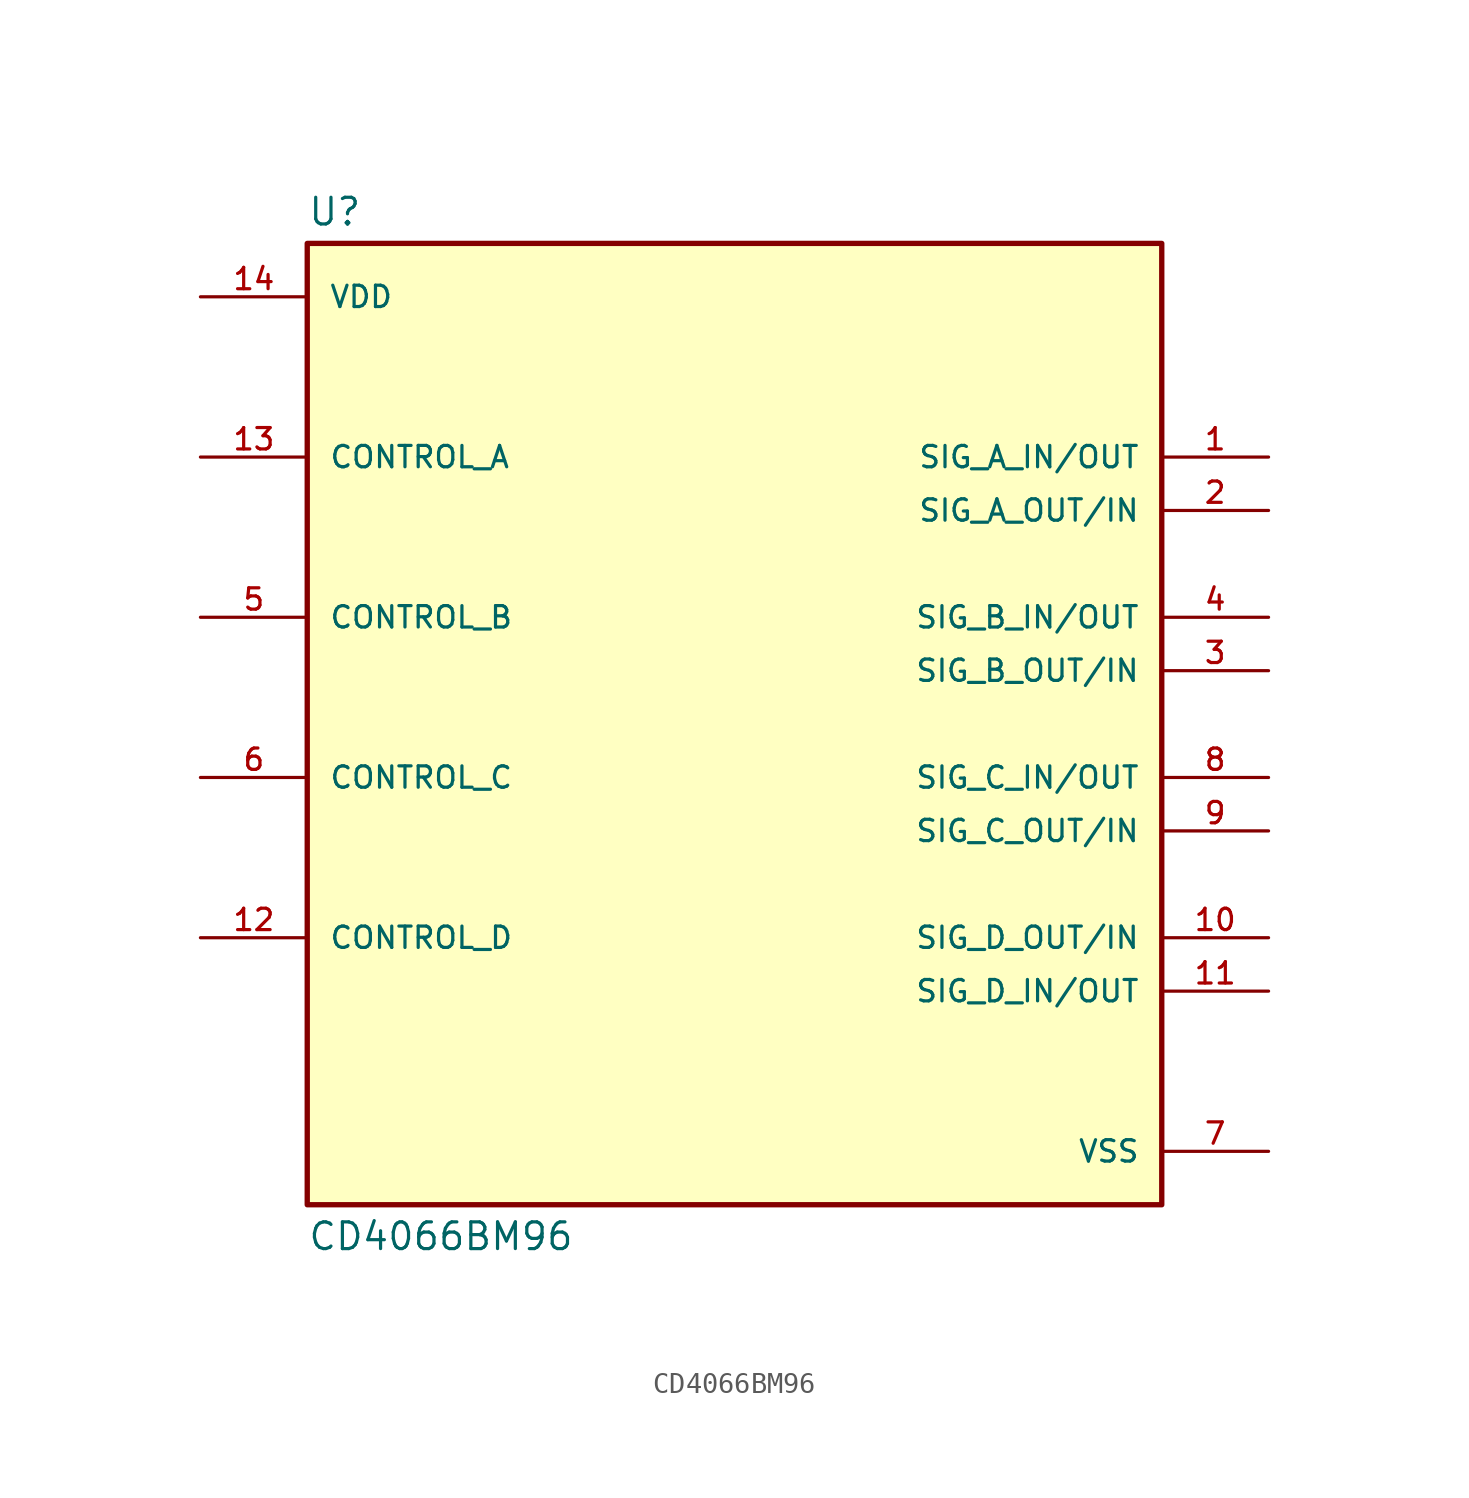
<source format=kicad_sym>
(kicad_symbol_lib
  (version 20241209)
  (generator "kicad_symbol_editor")
  (generator_version "9.0")
  (symbol "CD4066BM96"
    (pin_names
      (offset 1.016))
    (property "Reference" "U"
      (at -20.32 23.622 0)
      (effects (font (size 1.27 1.27)) (justify left bottom)))
    (property "Value" "CD4066BM96"
      (at -20.32 -23.622 0)
      (effects (font (size 1.27 1.27)) (justify left top)))
    (symbol "CD4066BM96_0_0"
      (rectangle (start -20.32 -22.86) (end 20.32 22.86) (stroke (width 0.254) (type default)) (fill (type background)))
      (pin power_in line (at -25.4 20.32 0) (length 5.08) (name "VDD" (effects (font (size 1.016 1.016)))) (number "14" (effects (font (size 1.016 1.016)))))
      (pin input line (at -25.4 12.7 0) (length 5.08) (name "CONTROL_A" (effects (font (size 1.016 1.016)))) (number "13" (effects (font (size 1.016 1.016)))))
      (pin input line (at -25.4 5.08 0) (length 5.08) (name "CONTROL_B" (effects (font (size 1.016 1.016)))) (number "5" (effects (font (size 1.016 1.016)))))
      (pin input line (at -25.4 -2.54 0) (length 5.08) (name "CONTROL_C" (effects (font (size 1.016 1.016)))) (number "6" (effects (font (size 1.016 1.016)))))
      (pin input line (at -25.4 -10.16 0) (length 5.08) (name "CONTROL_D" (effects (font (size 1.016 1.016)))) (number "12" (effects (font (size 1.016 1.016)))))
      (pin bidirectional line (at 25.4 12.7 180) (length 5.08) (name "SIG_A_IN/OUT" (effects (font (size 1.016 1.016)))) (number "1" (effects (font (size 1.016 1.016)))))
      (pin bidirectional line (at 25.4 10.16 180) (length 5.08) (name "SIG_A_OUT/IN" (effects (font (size 1.016 1.016)))) (number "2" (effects (font (size 1.016 1.016)))))
      (pin bidirectional line (at 25.4 5.08 180) (length 5.08) (name "SIG_B_IN/OUT" (effects (font (size 1.016 1.016)))) (number "4" (effects (font (size 1.016 1.016)))))
      (pin bidirectional line (at 25.4 2.54 180) (length 5.08) (name "SIG_B_OUT/IN" (effects (font (size 1.016 1.016)))) (number "3" (effects (font (size 1.016 1.016)))))
      (pin bidirectional line (at 25.4 -2.54 180) (length 5.08) (name "SIG_C_IN/OUT" (effects (font (size 1.016 1.016)))) (number "8" (effects (font (size 1.016 1.016)))))
      (pin bidirectional line (at 25.4 -5.08 180) (length 5.08) (name "SIG_C_OUT/IN" (effects (font (size 1.016 1.016)))) (number "9" (effects (font (size 1.016 1.016)))))
      (pin bidirectional line (at 25.4 -10.16 180) (length 5.08) (name "SIG_D_OUT/IN" (effects (font (size 1.016 1.016)))) (number "10" (effects (font (size 1.016 1.016)))))
      (pin bidirectional line (at 25.4 -12.7 180) (length 5.08) (name "SIG_D_IN/OUT" (effects (font (size 1.016 1.016)))) (number "11" (effects (font (size 1.016 1.016)))))
      (pin power_in line (at 25.4 -20.32 180) (length 5.08) (name "VSS" (effects (font (size 1.016 1.016)))) (number "7" (effects (font (size 1.016 1.016))))))))
</source>
